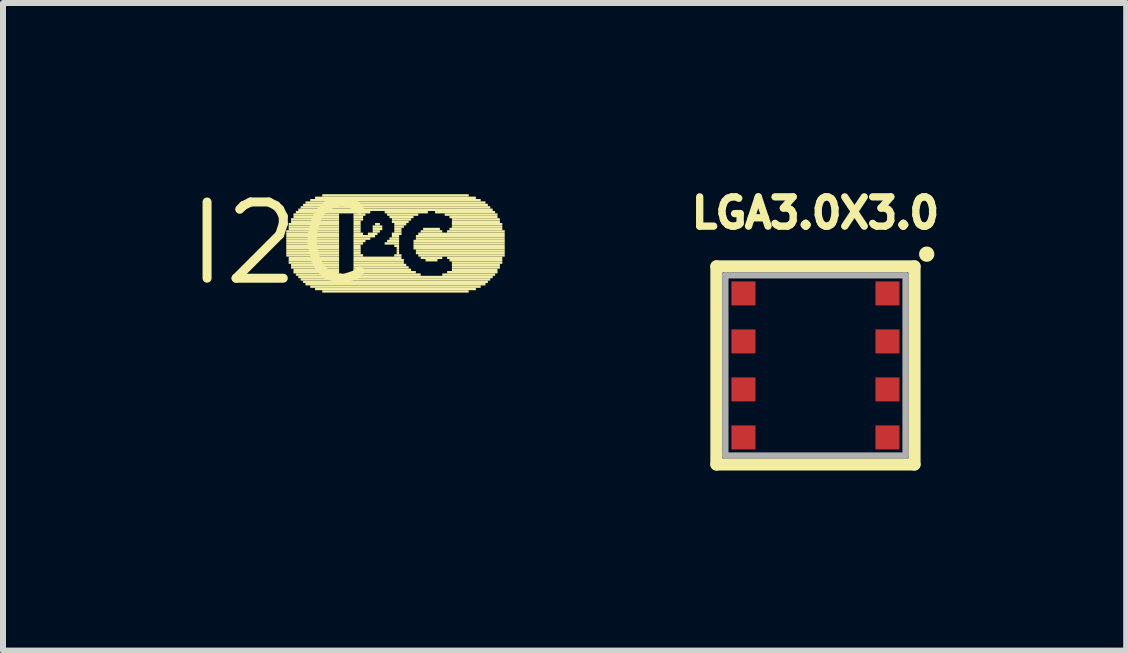
<source format=kicad_pcb>
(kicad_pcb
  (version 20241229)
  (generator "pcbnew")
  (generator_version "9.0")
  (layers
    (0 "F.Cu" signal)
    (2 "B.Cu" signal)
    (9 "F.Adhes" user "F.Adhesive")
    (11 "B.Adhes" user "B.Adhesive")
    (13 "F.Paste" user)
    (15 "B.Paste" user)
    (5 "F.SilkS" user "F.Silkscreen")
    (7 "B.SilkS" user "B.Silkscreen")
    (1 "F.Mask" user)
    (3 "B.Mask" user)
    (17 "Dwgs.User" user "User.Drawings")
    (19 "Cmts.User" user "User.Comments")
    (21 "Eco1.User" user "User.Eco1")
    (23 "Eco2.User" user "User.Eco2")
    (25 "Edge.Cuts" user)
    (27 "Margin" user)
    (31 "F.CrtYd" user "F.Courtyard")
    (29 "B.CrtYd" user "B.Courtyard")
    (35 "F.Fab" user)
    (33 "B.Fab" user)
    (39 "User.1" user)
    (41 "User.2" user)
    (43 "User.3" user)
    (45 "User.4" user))
  (footprint "I2C"
    (layer "F.Cu")
    (at 1.64 1.006)
    (property "Reference" "I2C" (at 0 0 0) (layer "F.SilkS") (effects (font (size 1.27 1.27) (thickness 0.15))))
    (fp_poly (pts (xy 0.08 -0.18) (xy 0.96 -0.18) (xy 0.96 -0.22) (xy 0.08 -0.22)) (stroke (width 0) (type default)) (fill yes) (layer "F.SilkS"))
    (fp_poly (pts (xy 0.08 -0.14) (xy 0.96 -0.14) (xy 0.96 -0.18) (xy 0.08 -0.18)) (stroke (width 0) (type default)) (fill yes) (layer "F.SilkS"))
    (fp_poly (pts (xy 0.08 -0.1) (xy 0.96 -0.1) (xy 0.96 -0.14) (xy 0.08 -0.14)) (stroke (width 0) (type default)) (fill yes) (layer "F.SilkS"))
    (fp_poly (pts (xy 0.08 -0.06) (xy 0.96 -0.06) (xy 0.96 -0.1) (xy 0.08 -0.1)) (stroke (width 0) (type default)) (fill yes) (layer "F.SilkS"))
    (fp_poly (pts (xy 0.08 -0.02) (xy 0.96 -0.02) (xy 0.96 -0.06) (xy 0.08 -0.06)) (stroke (width 0) (type default)) (fill yes) (layer "F.SilkS"))
    (fp_poly (pts (xy 0.08 0.02) (xy 0.96 0.02) (xy 0.96 -0.02) (xy 0.08 -0.02)) (stroke (width 0) (type default)) (fill yes) (layer "F.SilkS"))
    (fp_poly (pts (xy 0.08 0.06) (xy 0.96 0.06) (xy 0.96 0.02) (xy 0.08 0.02)) (stroke (width 0) (type default)) (fill yes) (layer "F.SilkS"))
    (fp_poly (pts (xy 0.08 0.1) (xy 0.96 0.1) (xy 0.96 0.06) (xy 0.08 0.06)) (stroke (width 0) (type default)) (fill yes) (layer "F.SilkS"))
    (fp_poly (pts (xy 0.08 0.14) (xy 0.96 0.14) (xy 0.96 0.1) (xy 0.08 0.1)) (stroke (width 0) (type default)) (fill yes) (layer "F.SilkS"))
    (fp_poly (pts (xy 0.08 0.18) (xy 0.96 0.18) (xy 0.96 0.14) (xy 0.08 0.14)) (stroke (width 0) (type default)) (fill yes) (layer "F.SilkS"))
    (fp_poly (pts (xy 0.08 0.22) (xy 0.96 0.22) (xy 0.96 0.18) (xy 0.08 0.18)) (stroke (width 0) (type default)) (fill yes) (layer "F.SilkS"))
    (fp_poly (pts (xy 0.12 -0.3) (xy 0.96 -0.3) (xy 0.96 -0.34) (xy 0.12 -0.34)) (stroke (width 0) (type default)) (fill yes) (layer "F.SilkS"))
    (fp_poly (pts (xy 0.12 -0.26) (xy 0.96 -0.26) (xy 0.96 -0.3) (xy 0.12 -0.3)) (stroke (width 0) (type default)) (fill yes) (layer "F.SilkS"))
    (fp_poly (pts (xy 0.12 -0.22) (xy 0.96 -0.22) (xy 0.96 -0.26) (xy 0.12 -0.26)) (stroke (width 0) (type default)) (fill yes) (layer "F.SilkS"))
    (fp_poly (pts (xy 0.12 0.26) (xy 0.96 0.26) (xy 0.96 0.22) (xy 0.12 0.22)) (stroke (width 0) (type default)) (fill yes) (layer "F.SilkS"))
    (fp_poly (pts (xy 0.12 0.3) (xy 0.96 0.3) (xy 0.96 0.26) (xy 0.12 0.26)) (stroke (width 0) (type default)) (fill yes) (layer "F.SilkS"))
    (fp_poly (pts (xy 0.12 0.34) (xy 0.96 0.34) (xy 0.96 0.3) (xy 0.12 0.3)) (stroke (width 0) (type default)) (fill yes) (layer "F.SilkS"))
    (fp_poly (pts (xy 0.16 -0.38) (xy 0.96 -0.38) (xy 0.96 -0.42) (xy 0.16 -0.42)) (stroke (width 0) (type default)) (fill yes) (layer "F.SilkS"))
    (fp_poly (pts (xy 0.16 -0.34) (xy 0.96 -0.34) (xy 0.96 -0.38) (xy 0.16 -0.38)) (stroke (width 0) (type default)) (fill yes) (layer "F.SilkS"))
    (fp_poly (pts (xy 0.16 0.38) (xy 0.96 0.38) (xy 0.96 0.34) (xy 0.16 0.34)) (stroke (width 0) (type default)) (fill yes) (layer "F.SilkS"))
    (fp_poly (pts (xy 0.16 0.42) (xy 0.96 0.42) (xy 0.96 0.38) (xy 0.16 0.38)) (stroke (width 0) (type default)) (fill yes) (layer "F.SilkS"))
    (fp_poly (pts (xy 0.2 -0.46) (xy 0.96 -0.46) (xy 0.96 -0.5) (xy 0.2 -0.5)) (stroke (width 0) (type default)) (fill yes) (layer "F.SilkS"))
    (fp_poly (pts (xy 0.2 -0.42) (xy 0.96 -0.42) (xy 0.96 -0.46) (xy 0.2 -0.46)) (stroke (width 0) (type default)) (fill yes) (layer "F.SilkS"))
    (fp_poly (pts (xy 0.2 0.46) (xy 0.96 0.46) (xy 0.96 0.42) (xy 0.2 0.42)) (stroke (width 0) (type default)) (fill yes) (layer "F.SilkS"))
    (fp_poly (pts (xy 0.2 0.5) (xy 0.96 0.5) (xy 0.96 0.46) (xy 0.2 0.46)) (stroke (width 0) (type default)) (fill yes) (layer "F.SilkS"))
    (fp_poly (pts (xy 0.24 -0.5) (xy 1.48 -0.5) (xy 1.48 -0.54) (xy 0.24 -0.54)) (stroke (width 0) (type default)) (fill yes) (layer "F.SilkS"))
    (fp_poly (pts (xy 0.24 0.54) (xy 1 0.54) (xy 1 0.5) (xy 0.24 0.5)) (stroke (width 0) (type default)) (fill yes) (layer "F.SilkS"))
    (fp_poly (pts (xy 0.28 -0.54) (xy 3.52 -0.54) (xy 3.52 -0.58) (xy 0.28 -0.58)) (stroke (width 0) (type default)) (fill yes) (layer "F.SilkS"))
    (fp_poly (pts (xy 0.28 0.58) (xy 3.52 0.58) (xy 3.52 0.54) (xy 0.28 0.54)) (stroke (width 0) (type default)) (fill yes) (layer "F.SilkS"))
    (fp_poly (pts (xy 0.32 -0.58) (xy 3.48 -0.58) (xy 3.48 -0.62) (xy 0.32 -0.62)) (stroke (width 0) (type default)) (fill yes) (layer "F.SilkS"))
    (fp_poly (pts (xy 0.32 0.62) (xy 3.48 0.62) (xy 3.48 0.58) (xy 0.32 0.58)) (stroke (width 0) (type default)) (fill yes) (layer "F.SilkS"))
    (fp_poly (pts (xy 0.36 -0.62) (xy 3.44 -0.62) (xy 3.44 -0.66) (xy 0.36 -0.66)) (stroke (width 0) (type default)) (fill yes) (layer "F.SilkS"))
    (fp_poly (pts (xy 0.36 0.66) (xy 3.44 0.66) (xy 3.44 0.62) (xy 0.36 0.62)) (stroke (width 0) (type default)) (fill yes) (layer "F.SilkS"))
    (fp_poly (pts (xy 0.4 -0.66) (xy 3.4 -0.66) (xy 3.4 -0.7) (xy 0.4 -0.7)) (stroke (width 0) (type default)) (fill yes) (layer "F.SilkS"))
    (fp_poly (pts (xy 0.4 0.7) (xy 3.4 0.7) (xy 3.4 0.66) (xy 0.4 0.66)) (stroke (width 0) (type default)) (fill yes) (layer "F.SilkS"))
    (fp_poly (pts (xy 0.48 -0.7) (xy 3.32 -0.7) (xy 3.32 -0.74) (xy 0.48 -0.74)) (stroke (width 0) (type default)) (fill yes) (layer "F.SilkS"))
    (fp_poly (pts (xy 0.48 0.74) (xy 3.32 0.74) (xy 3.32 0.7) (xy 0.48 0.7)) (stroke (width 0) (type default)) (fill yes) (layer "F.SilkS"))
    (fp_poly (pts (xy 0.56 -0.74) (xy 3.24 -0.74) (xy 3.24 -0.78) (xy 0.56 -0.78)) (stroke (width 0) (type default)) (fill yes) (layer "F.SilkS"))
    (fp_poly (pts (xy 0.56 0.78) (xy 3.24 0.78) (xy 3.24 0.74) (xy 0.56 0.74)) (stroke (width 0) (type default)) (fill yes) (layer "F.SilkS"))
    (fp_poly (pts (xy 0.68 -0.78) (xy 3.12 -0.78) (xy 3.12 -0.82) (xy 0.68 -0.82)) (stroke (width 0) (type default)) (fill yes) (layer "F.SilkS"))
    (fp_poly (pts (xy 0.68 0.82) (xy 3.12 0.82) (xy 3.12 0.78) (xy 0.68 0.78)) (stroke (width 0) (type default)) (fill yes) (layer "F.SilkS"))
    (fp_poly (pts (xy 1.16 0.54) (xy 2.32 0.54) (xy 2.32 0.5) (xy 1.16 0.5)) (stroke (width 0) (type default)) (fill yes) (layer "F.SilkS"))
    (fp_poly (pts (xy 1.2 -0.46) (xy 1.4 -0.46) (xy 1.4 -0.5) (xy 1.2 -0.5)) (stroke (width 0) (type default)) (fill yes) (layer "F.SilkS"))
    (fp_poly (pts (xy 1.2 -0.42) (xy 1.36 -0.42) (xy 1.36 -0.46) (xy 1.2 -0.46)) (stroke (width 0) (type default)) (fill yes) (layer "F.SilkS"))
    (fp_poly (pts (xy 1.2 -0.38) (xy 1.36 -0.38) (xy 1.36 -0.42) (xy 1.2 -0.42)) (stroke (width 0) (type default)) (fill yes) (layer "F.SilkS"))
    (fp_poly (pts (xy 1.2 -0.34) (xy 1.32 -0.34) (xy 1.32 -0.38) (xy 1.2 -0.38)) (stroke (width 0) (type default)) (fill yes) (layer "F.SilkS"))
    (fp_poly (pts (xy 1.2 -0.3) (xy 1.32 -0.3) (xy 1.32 -0.34) (xy 1.2 -0.34)) (stroke (width 0) (type default)) (fill yes) (layer "F.SilkS"))
    (fp_poly (pts (xy 1.2 -0.26) (xy 1.32 -0.26) (xy 1.32 -0.3) (xy 1.2 -0.3)) (stroke (width 0) (type default)) (fill yes) (layer "F.SilkS"))
    (fp_poly (pts (xy 1.2 -0.22) (xy 1.32 -0.22) (xy 1.32 -0.26) (xy 1.2 -0.26)) (stroke (width 0) (type default)) (fill yes) (layer "F.SilkS"))
    (fp_poly (pts (xy 1.2 -0.18) (xy 1.32 -0.18) (xy 1.32 -0.22) (xy 1.2 -0.22)) (stroke (width 0) (type default)) (fill yes) (layer "F.SilkS"))
    (fp_poly (pts (xy 1.2 -0.14) (xy 1.36 -0.14) (xy 1.36 -0.18) (xy 1.2 -0.18)) (stroke (width 0) (type default)) (fill yes) (layer "F.SilkS"))
    (fp_poly (pts (xy 1.2 -0.1) (xy 1.56 -0.1) (xy 1.56 -0.14) (xy 1.2 -0.14)) (stroke (width 0) (type default)) (fill yes) (layer "F.SilkS"))
    (fp_poly (pts (xy 1.2 -0.06) (xy 1.48 -0.06) (xy 1.48 -0.1) (xy 1.2 -0.1)) (stroke (width 0) (type default)) (fill yes) (layer "F.SilkS"))
    (fp_poly (pts (xy 1.2 -0.02) (xy 1.4 -0.02) (xy 1.4 -0.06) (xy 1.2 -0.06)) (stroke (width 0) (type default)) (fill yes) (layer "F.SilkS"))
    (fp_poly (pts (xy 1.2 0.02) (xy 1.36 0.02) (xy 1.36 -0.02) (xy 1.2 -0.02)) (stroke (width 0) (type default)) (fill yes) (layer "F.SilkS"))
    (fp_poly (pts (xy 1.2 0.06) (xy 1.32 0.06) (xy 1.32 0.02) (xy 1.2 0.02)) (stroke (width 0) (type default)) (fill yes) (layer "F.SilkS"))
    (fp_poly (pts (xy 1.2 0.1) (xy 1.32 0.1) (xy 1.32 0.06) (xy 1.2 0.06)) (stroke (width 0) (type default)) (fill yes) (layer "F.SilkS"))
    (fp_poly (pts (xy 1.2 0.14) (xy 1.32 0.14) (xy 1.32 0.1) (xy 1.2 0.1)) (stroke (width 0) (type default)) (fill yes) (layer "F.SilkS"))
    (fp_poly (pts (xy 1.2 0.18) (xy 1.32 0.18) (xy 1.32 0.14) (xy 1.2 0.14)) (stroke (width 0) (type default)) (fill yes) (layer "F.SilkS"))
    (fp_poly (pts (xy 1.2 0.22) (xy 1.36 0.22) (xy 1.36 0.18) (xy 1.2 0.18)) (stroke (width 0) (type default)) (fill yes) (layer "F.SilkS"))
    (fp_poly (pts (xy 1.2 0.26) (xy 2 0.26) (xy 2 0.22) (xy 1.2 0.22)) (stroke (width 0) (type default)) (fill yes) (layer "F.SilkS"))
    (fp_poly (pts (xy 1.2 0.3) (xy 2.04 0.3) (xy 2.04 0.26) (xy 1.2 0.26)) (stroke (width 0) (type default)) (fill yes) (layer "F.SilkS"))
    (fp_poly (pts (xy 1.2 0.34) (xy 2.04 0.34) (xy 2.04 0.3) (xy 1.2 0.3)) (stroke (width 0) (type default)) (fill yes) (layer "F.SilkS"))
    (fp_poly (pts (xy 1.2 0.38) (xy 2.08 0.38) (xy 2.08 0.34) (xy 1.2 0.34)) (stroke (width 0) (type default)) (fill yes) (layer "F.SilkS"))
    (fp_poly (pts (xy 1.2 0.42) (xy 2.12 0.42) (xy 2.12 0.38) (xy 1.2 0.38)) (stroke (width 0) (type default)) (fill yes) (layer "F.SilkS"))
    (fp_poly (pts (xy 1.2 0.46) (xy 2.16 0.46) (xy 2.16 0.42) (xy 1.2 0.42)) (stroke (width 0) (type default)) (fill yes) (layer "F.SilkS"))
    (fp_poly (pts (xy 1.2 0.5) (xy 2.24 0.5) (xy 2.24 0.46) (xy 1.2 0.46)) (stroke (width 0) (type default)) (fill yes) (layer "F.SilkS"))
    (fp_poly (pts (xy 1.44 -0.14) (xy 1.6 -0.14) (xy 1.6 -0.18) (xy 1.44 -0.18)) (stroke (width 0) (type default)) (fill yes) (layer "F.SilkS"))
    (fp_poly (pts (xy 1.52 -0.26) (xy 1.68 -0.26) (xy 1.68 -0.3) (xy 1.52 -0.3)) (stroke (width 0) (type default)) (fill yes) (layer "F.SilkS"))
    (fp_poly (pts (xy 1.52 -0.22) (xy 1.68 -0.22) (xy 1.68 -0.26) (xy 1.52 -0.26)) (stroke (width 0) (type default)) (fill yes) (layer "F.SilkS"))
    (fp_poly (pts (xy 1.52 -0.18) (xy 1.64 -0.18) (xy 1.64 -0.22) (xy 1.52 -0.22)) (stroke (width 0) (type default)) (fill yes) (layer "F.SilkS"))
    (fp_poly (pts (xy 1.56 -0.3) (xy 1.64 -0.3) (xy 1.64 -0.34) (xy 1.56 -0.34)) (stroke (width 0) (type default)) (fill yes) (layer "F.SilkS"))
    (fp_poly (pts (xy 1.72 -0.5) (xy 2.44 -0.5) (xy 2.44 -0.54) (xy 1.72 -0.54)) (stroke (width 0) (type default)) (fill yes) (layer "F.SilkS"))
    (fp_poly (pts (xy 1.72 0.02) (xy 1.96 0.02) (xy 1.96 -0.02) (xy 1.72 -0.02)) (stroke (width 0) (type default)) (fill yes) (layer "F.SilkS"))
    (fp_poly (pts (xy 1.76 -0.46) (xy 2.28 -0.46) (xy 2.28 -0.5) (xy 1.76 -0.5)) (stroke (width 0) (type default)) (fill yes) (layer "F.SilkS"))
    (fp_poly (pts (xy 1.76 -0.02) (xy 1.96 -0.02) (xy 1.96 -0.06) (xy 1.76 -0.06)) (stroke (width 0) (type default)) (fill yes) (layer "F.SilkS"))
    (fp_poly (pts (xy 1.8 -0.42) (xy 2.2 -0.42) (xy 2.2 -0.46) (xy 1.8 -0.46)) (stroke (width 0) (type default)) (fill yes) (layer "F.SilkS"))
    (fp_poly (pts (xy 1.8 -0.06) (xy 1.96 -0.06) (xy 1.96 -0.1) (xy 1.8 -0.1)) (stroke (width 0) (type default)) (fill yes) (layer "F.SilkS"))
    (fp_poly (pts (xy 1.84 -0.38) (xy 2.16 -0.38) (xy 2.16 -0.42) (xy 1.84 -0.42)) (stroke (width 0) (type default)) (fill yes) (layer "F.SilkS"))
    (fp_poly (pts (xy 1.84 -0.34) (xy 2.12 -0.34) (xy 2.12 -0.38) (xy 1.84 -0.38)) (stroke (width 0) (type default)) (fill yes) (layer "F.SilkS"))
    (fp_poly (pts (xy 1.84 -0.14) (xy 2 -0.14) (xy 2 -0.18) (xy 1.84 -0.18)) (stroke (width 0) (type default)) (fill yes) (layer "F.SilkS"))
    (fp_poly (pts (xy 1.84 -0.1) (xy 1.96 -0.1) (xy 1.96 -0.14) (xy 1.84 -0.14)) (stroke (width 0) (type default)) (fill yes) (layer "F.SilkS"))
    (fp_poly (pts (xy 1.88 -0.3) (xy 2.08 -0.3) (xy 2.08 -0.34) (xy 1.88 -0.34)) (stroke (width 0) (type default)) (fill yes) (layer "F.SilkS"))
    (fp_poly (pts (xy 1.88 -0.26) (xy 2.04 -0.26) (xy 2.04 -0.3) (xy 1.88 -0.3)) (stroke (width 0) (type default)) (fill yes) (layer "F.SilkS"))
    (fp_poly (pts (xy 1.88 -0.22) (xy 2 -0.22) (xy 2 -0.26) (xy 1.88 -0.26)) (stroke (width 0) (type default)) (fill yes) (layer "F.SilkS"))
    (fp_poly (pts (xy 1.88 -0.18) (xy 2 -0.18) (xy 2 -0.22) (xy 1.88 -0.22)) (stroke (width 0) (type default)) (fill yes) (layer "F.SilkS"))
    (fp_poly (pts (xy 1.88 0.06) (xy 1.96 0.06) (xy 1.96 0.02) (xy 1.88 0.02)) (stroke (width 0) (type default)) (fill yes) (layer "F.SilkS"))
    (fp_poly (pts (xy 1.88 0.22) (xy 2 0.22) (xy 2 0.18) (xy 1.88 0.18)) (stroke (width 0) (type default)) (fill yes) (layer "F.SilkS"))
    (fp_poly (pts (xy 1.92 0.1) (xy 1.96 0.1) (xy 1.96 0.06) (xy 1.92 0.06)) (stroke (width 0) (type default)) (fill yes) (layer "F.SilkS"))
    (fp_poly (pts (xy 1.92 0.14) (xy 1.96 0.14) (xy 1.96 0.1) (xy 1.92 0.1)) (stroke (width 0) (type default)) (fill yes) (layer "F.SilkS"))
    (fp_poly (pts (xy 1.92 0.18) (xy 1.96 0.18) (xy 1.96 0.14) (xy 1.92 0.14)) (stroke (width 0) (type default)) (fill yes) (layer "F.SilkS"))
    (fp_poly (pts (xy 2.2 -0.02) (xy 3.72 -0.02) (xy 3.72 -0.06) (xy 2.2 -0.06)) (stroke (width 0) (type default)) (fill yes) (layer "F.SilkS"))
    (fp_poly (pts (xy 2.2 0.02) (xy 3.72 0.02) (xy 3.72 -0.02) (xy 2.2 -0.02)) (stroke (width 0) (type default)) (fill yes) (layer "F.SilkS"))
    (fp_poly (pts (xy 2.2 0.06) (xy 3.72 0.06) (xy 3.72 0.02) (xy 2.2 0.02)) (stroke (width 0) (type default)) (fill yes) (layer "F.SilkS"))
    (fp_poly (pts (xy 2.2 0.1) (xy 3.72 0.1) (xy 3.72 0.06) (xy 2.2 0.06)) (stroke (width 0) (type default)) (fill yes) (layer "F.SilkS"))
    (fp_poly (pts (xy 2.24 -0.1) (xy 3.72 -0.1) (xy 3.72 -0.14) (xy 2.24 -0.14)) (stroke (width 0) (type default)) (fill yes) (layer "F.SilkS"))
    (fp_poly (pts (xy 2.24 -0.06) (xy 3.72 -0.06) (xy 3.72 -0.1) (xy 2.24 -0.1)) (stroke (width 0) (type default)) (fill yes) (layer "F.SilkS"))
    (fp_poly (pts (xy 2.24 0.14) (xy 3.72 0.14) (xy 3.72 0.1) (xy 2.24 0.1)) (stroke (width 0) (type default)) (fill yes) (layer "F.SilkS"))
    (fp_poly (pts (xy 2.24 0.18) (xy 3.72 0.18) (xy 3.72 0.14) (xy 2.24 0.14)) (stroke (width 0) (type default)) (fill yes) (layer "F.SilkS"))
    (fp_poly (pts (xy 2.28 -0.14) (xy 3.72 -0.14) (xy 3.72 -0.18) (xy 2.28 -0.18)) (stroke (width 0) (type default)) (fill yes) (layer "F.SilkS"))
    (fp_poly (pts (xy 2.28 0.22) (xy 3.72 0.22) (xy 3.72 0.18) (xy 2.28 0.18)) (stroke (width 0) (type default)) (fill yes) (layer "F.SilkS"))
    (fp_poly (pts (xy 2.32 -0.18) (xy 2.68 -0.18) (xy 2.68 -0.22) (xy 2.32 -0.22)) (stroke (width 0) (type default)) (fill yes) (layer "F.SilkS"))
    (fp_poly (pts (xy 2.32 0.26) (xy 2.68 0.26) (xy 2.68 0.22) (xy 2.32 0.22)) (stroke (width 0) (type default)) (fill yes) (layer "F.SilkS"))
    (fp_poly (pts (xy 2.36 -0.22) (xy 2.64 -0.22) (xy 2.64 -0.26) (xy 2.36 -0.26)) (stroke (width 0) (type default)) (fill yes) (layer "F.SilkS"))
    (fp_poly (pts (xy 2.4 0.3) (xy 2.6 0.3) (xy 2.6 0.26) (xy 2.4 0.26)) (stroke (width 0) (type default)) (fill yes) (layer "F.SilkS"))
    (fp_poly (pts (xy 2.56 -0.5) (xy 3.56 -0.5) (xy 3.56 -0.54) (xy 2.56 -0.54)) (stroke (width 0) (type default)) (fill yes) (layer "F.SilkS"))
    (fp_poly (pts (xy 2.68 0.54) (xy 3.56 0.54) (xy 3.56 0.5) (xy 2.68 0.5)) (stroke (width 0) (type default)) (fill yes) (layer "F.SilkS"))
    (fp_poly (pts (xy 2.72 -0.46) (xy 3.6 -0.46) (xy 3.6 -0.5) (xy 2.72 -0.5)) (stroke (width 0) (type default)) (fill yes) (layer "F.SilkS"))
    (fp_poly (pts (xy 2.76 -0.18) (xy 3.72 -0.18) (xy 3.72 -0.22) (xy 2.76 -0.22)) (stroke (width 0) (type default)) (fill yes) (layer "F.SilkS"))
    (fp_poly (pts (xy 2.76 0.26) (xy 3.68 0.26) (xy 3.68 0.22) (xy 2.76 0.22)) (stroke (width 0) (type default)) (fill yes) (layer "F.SilkS"))
    (fp_poly (pts (xy 2.76 0.5) (xy 3.6 0.5) (xy 3.6 0.46) (xy 2.76 0.46)) (stroke (width 0) (type default)) (fill yes) (layer "F.SilkS"))
    (fp_poly (pts (xy 2.8 -0.42) (xy 3.6 -0.42) (xy 3.6 -0.46) (xy 2.8 -0.46)) (stroke (width 0) (type default)) (fill yes) (layer "F.SilkS"))
    (fp_poly (pts (xy 2.8 -0.22) (xy 3.68 -0.22) (xy 3.68 -0.26) (xy 2.8 -0.26)) (stroke (width 0) (type default)) (fill yes) (layer "F.SilkS"))
    (fp_poly (pts (xy 2.8 0.3) (xy 3.68 0.3) (xy 3.68 0.26) (xy 2.8 0.26)) (stroke (width 0) (type default)) (fill yes) (layer "F.SilkS"))
    (fp_poly (pts (xy 2.84 -0.38) (xy 3.64 -0.38) (xy 3.64 -0.42) (xy 2.84 -0.42)) (stroke (width 0) (type default)) (fill yes) (layer "F.SilkS"))
    (fp_poly (pts (xy 2.84 -0.34) (xy 3.64 -0.34) (xy 3.64 -0.38) (xy 2.84 -0.38)) (stroke (width 0) (type default)) (fill yes) (layer "F.SilkS"))
    (fp_poly (pts (xy 2.84 -0.3) (xy 3.68 -0.3) (xy 3.68 -0.34) (xy 2.84 -0.34)) (stroke (width 0) (type default)) (fill yes) (layer "F.SilkS"))
    (fp_poly (pts (xy 2.84 -0.26) (xy 3.68 -0.26) (xy 3.68 -0.3) (xy 2.84 -0.3)) (stroke (width 0) (type default)) (fill yes) (layer "F.SilkS"))
    (fp_poly (pts (xy 2.84 0.34) (xy 3.68 0.34) (xy 3.68 0.3) (xy 2.84 0.3)) (stroke (width 0) (type default)) (fill yes) (layer "F.SilkS"))
    (fp_poly (pts (xy 2.84 0.38) (xy 3.64 0.38) (xy 3.64 0.34) (xy 2.84 0.34)) (stroke (width 0) (type default)) (fill yes) (layer "F.SilkS"))
    (fp_poly (pts (xy 2.84 0.42) (xy 3.64 0.42) (xy 3.64 0.38) (xy 2.84 0.38)) (stroke (width 0) (type default)) (fill yes) (layer "F.SilkS"))
    (fp_poly (pts (xy 2.84 0.46) (xy 3.6 0.46) (xy 3.6 0.42) (xy 2.84 0.42)) (stroke (width 0) (type default)) (fill yes) (layer "F.SilkS")))
  (footprint "LGA3.0X3.0"
    (layer "F.Cu")
    (at 10.538 3.039)
    (property "Reference" "LGA3.0X3.0" (at 0 -2.54 0) (layer "F.SilkS") (effects (font (size 0.488 0.488) (thickness 0.122))))
    (fp_line (start -1.65 -1.65) (end -1.65 1.65) (stroke (width 0.203) (type solid)) (layer "F.SilkS"))
    (fp_line (start -1.65 -1.65) (end 1.65 -1.65) (stroke (width 0.203) (type solid)) (layer "F.SilkS"))
    (fp_line (start 1.65 -1.65) (end 1.65 1.65) (stroke (width 0.203) (type solid)) (layer "F.SilkS"))
    (fp_line (start 1.65 1.65) (end -1.65 1.65) (stroke (width 0.203) (type solid)) (layer "F.SilkS"))
    (fp_circle (center 1.854 -1.854) (end 1.918 -1.854) (stroke (width 0.127) (type solid)) (fill yes) (layer "F.SilkS"))
    (fp_line (start -1.5 -1.5) (end 1.5 -1.5) (stroke (width 0.102) (type solid)) (layer "F.Fab"))
    (fp_line (start -1.5 1.5) (end -1.5 -1.5) (stroke (width 0.102) (type solid)) (layer "F.Fab"))
    (fp_line (start 1.5 -1.5) (end 1.5 1.5) (stroke (width 0.102) (type solid)) (layer "F.Fab"))
    (fp_line (start 1.5 1.5) (end -1.5 1.5) (stroke (width 0.102) (type solid)) (layer "F.Fab"))
    (pad "1" smd rect (at 1.2 -1.2) (size 0.4 0.4) (layers "F.Cu" "F.Mask" "F.Paste"))
    (pad "2" smd rect (at 1.2 -0.4) (size 0.4 0.4) (layers "F.Cu" "F.Mask" "F.Paste"))
    (pad "3" smd rect (at 1.2 0.4) (size 0.4 0.4) (layers "F.Cu" "F.Mask" "F.Paste"))
    (pad "4" smd rect (at 1.2 1.2) (size 0.4 0.4) (layers "F.Cu" "F.Mask" "F.Paste"))
    (pad "5" smd rect (at -1.2 1.2) (size 0.4 0.4) (layers "F.Cu" "F.Mask" "F.Paste"))
    (pad "6" smd rect (at -1.2 0.4) (size 0.4 0.4) (layers "F.Cu" "F.Mask" "F.Paste"))
    (pad "7" smd rect (at -1.2 -0.4) (size 0.4 0.4) (layers "F.Cu" "F.Mask" "F.Paste"))
    (pad "8" smd rect (at -1.2 -1.2) (size 0.4 0.4) (layers "F.Cu" "F.Mask" "F.Paste")))
  (gr_rect
    (start -3 -3)
    (end 15.716 7.791)
    (stroke (width 0.1) (type default))
    (fill no)
    (layer "Edge.Cuts")))
</source>
